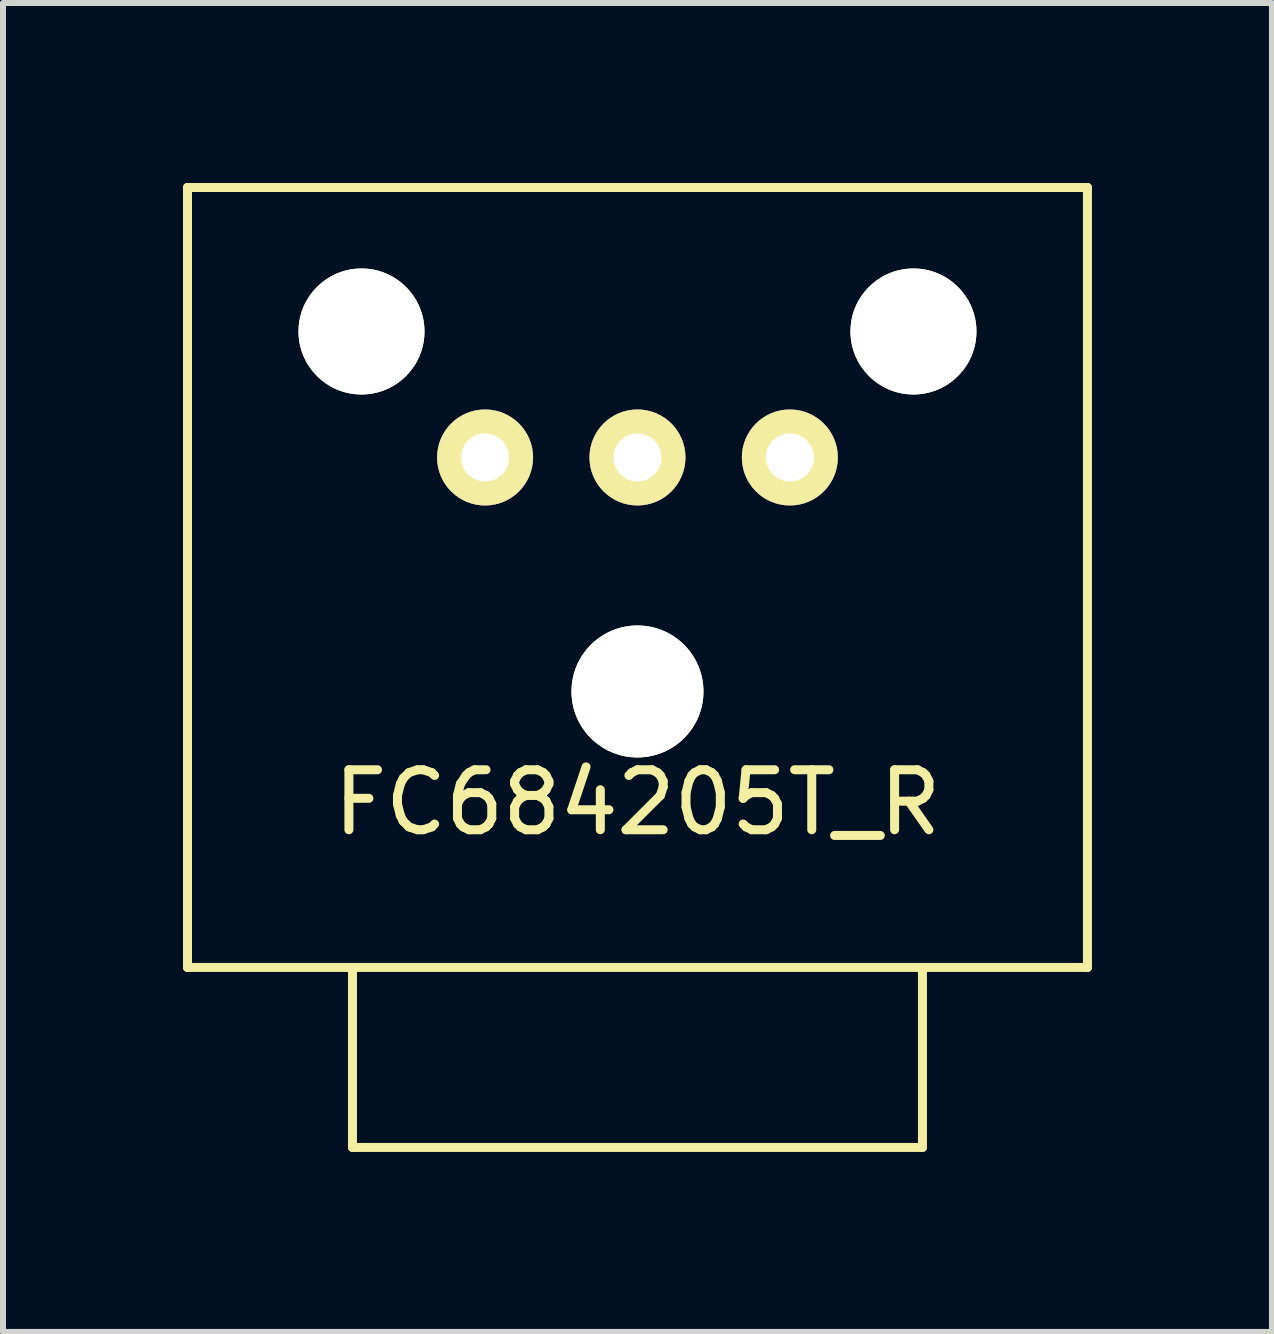
<source format=kicad_pcb>
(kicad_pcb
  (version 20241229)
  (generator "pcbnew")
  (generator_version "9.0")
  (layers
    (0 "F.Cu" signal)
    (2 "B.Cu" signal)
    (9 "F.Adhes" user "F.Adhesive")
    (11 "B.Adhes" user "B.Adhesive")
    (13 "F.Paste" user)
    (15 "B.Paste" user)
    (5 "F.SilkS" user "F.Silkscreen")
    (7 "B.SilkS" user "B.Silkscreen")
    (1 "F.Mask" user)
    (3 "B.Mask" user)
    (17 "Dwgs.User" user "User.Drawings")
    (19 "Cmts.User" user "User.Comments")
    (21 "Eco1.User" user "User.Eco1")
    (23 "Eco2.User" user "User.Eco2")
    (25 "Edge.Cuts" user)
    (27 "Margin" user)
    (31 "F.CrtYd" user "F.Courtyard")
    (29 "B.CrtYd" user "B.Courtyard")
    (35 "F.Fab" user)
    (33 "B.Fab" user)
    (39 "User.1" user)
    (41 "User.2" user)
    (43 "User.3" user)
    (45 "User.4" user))
  (footprint "FC684205T_R"
    (layer "F.Cu")
    (at 7.575 13.075)
    (property "Reference" "FC684205T_R" (at 0 -2.75 180) (layer "F.SilkS") (effects (font (size 1 1) (thickness 0.15))))
    (attr through_hole)
    (fp_line (start -7.5 -13) (end -7.5 0) (stroke (width 0.15) (type solid)) (layer "F.SilkS"))
    (fp_line (start -7.5 0) (end 7.5 0) (stroke (width 0.15) (type solid)) (layer "F.SilkS"))
    (fp_line (start -4.75 0) (end -4.75 3) (stroke (width 0.15) (type solid)) (layer "F.SilkS"))
    (fp_line (start -4.75 3) (end 4.75 3) (stroke (width 0.15) (type solid)) (layer "F.SilkS"))
    (fp_line (start 4.75 3) (end 4.75 0) (stroke (width 0.15) (type solid)) (layer "F.SilkS"))
    (fp_line (start 7.5 -13) (end -7.5 -13) (stroke (width 0.15) (type solid)) (layer "F.SilkS"))
    (fp_line (start 7.5 0) (end 7.5 -13) (stroke (width 0.15) (type solid)) (layer "F.SilkS"))
    (pad "" np_thru_hole circle (at -4.6 -10.6) (size 2.1 2.1) (drill 2.1) (layers "*.Cu" "*.Mask" "F.SilkS"))
    (pad "" np_thru_hole circle (at 0 -4.6) (size 2.2 2.2) (drill 2.2) (layers "*.Cu" "*.Mask" "F.SilkS"))
    (pad "" np_thru_hole circle (at 4.6 -10.6) (size 2.1 2.1) (drill 2.1) (layers "*.Cu" "*.Mask" "F.SilkS"))
    (pad "1" thru_hole circle (at -2.54 -8.5) (size 1.6 1.6) (drill 0.8) (layers "*.Cu" "*.Mask" "F.SilkS"))
    (pad "2" thru_hole circle (at 0 -8.5) (size 1.6 1.6) (drill 0.8) (layers "*.Cu" "*.Mask" "F.SilkS"))
    (pad "3" thru_hole circle (at 2.54 -8.5) (size 1.6 1.6) (drill 0.8) (layers "*.Cu" "*.Mask" "F.SilkS")))
  (gr_rect
    (start -3 -3)
    (end 18.15 19.15)
    (stroke (width 0.1) (type default))
    (fill no)
    (layer "Edge.Cuts")))
</source>
